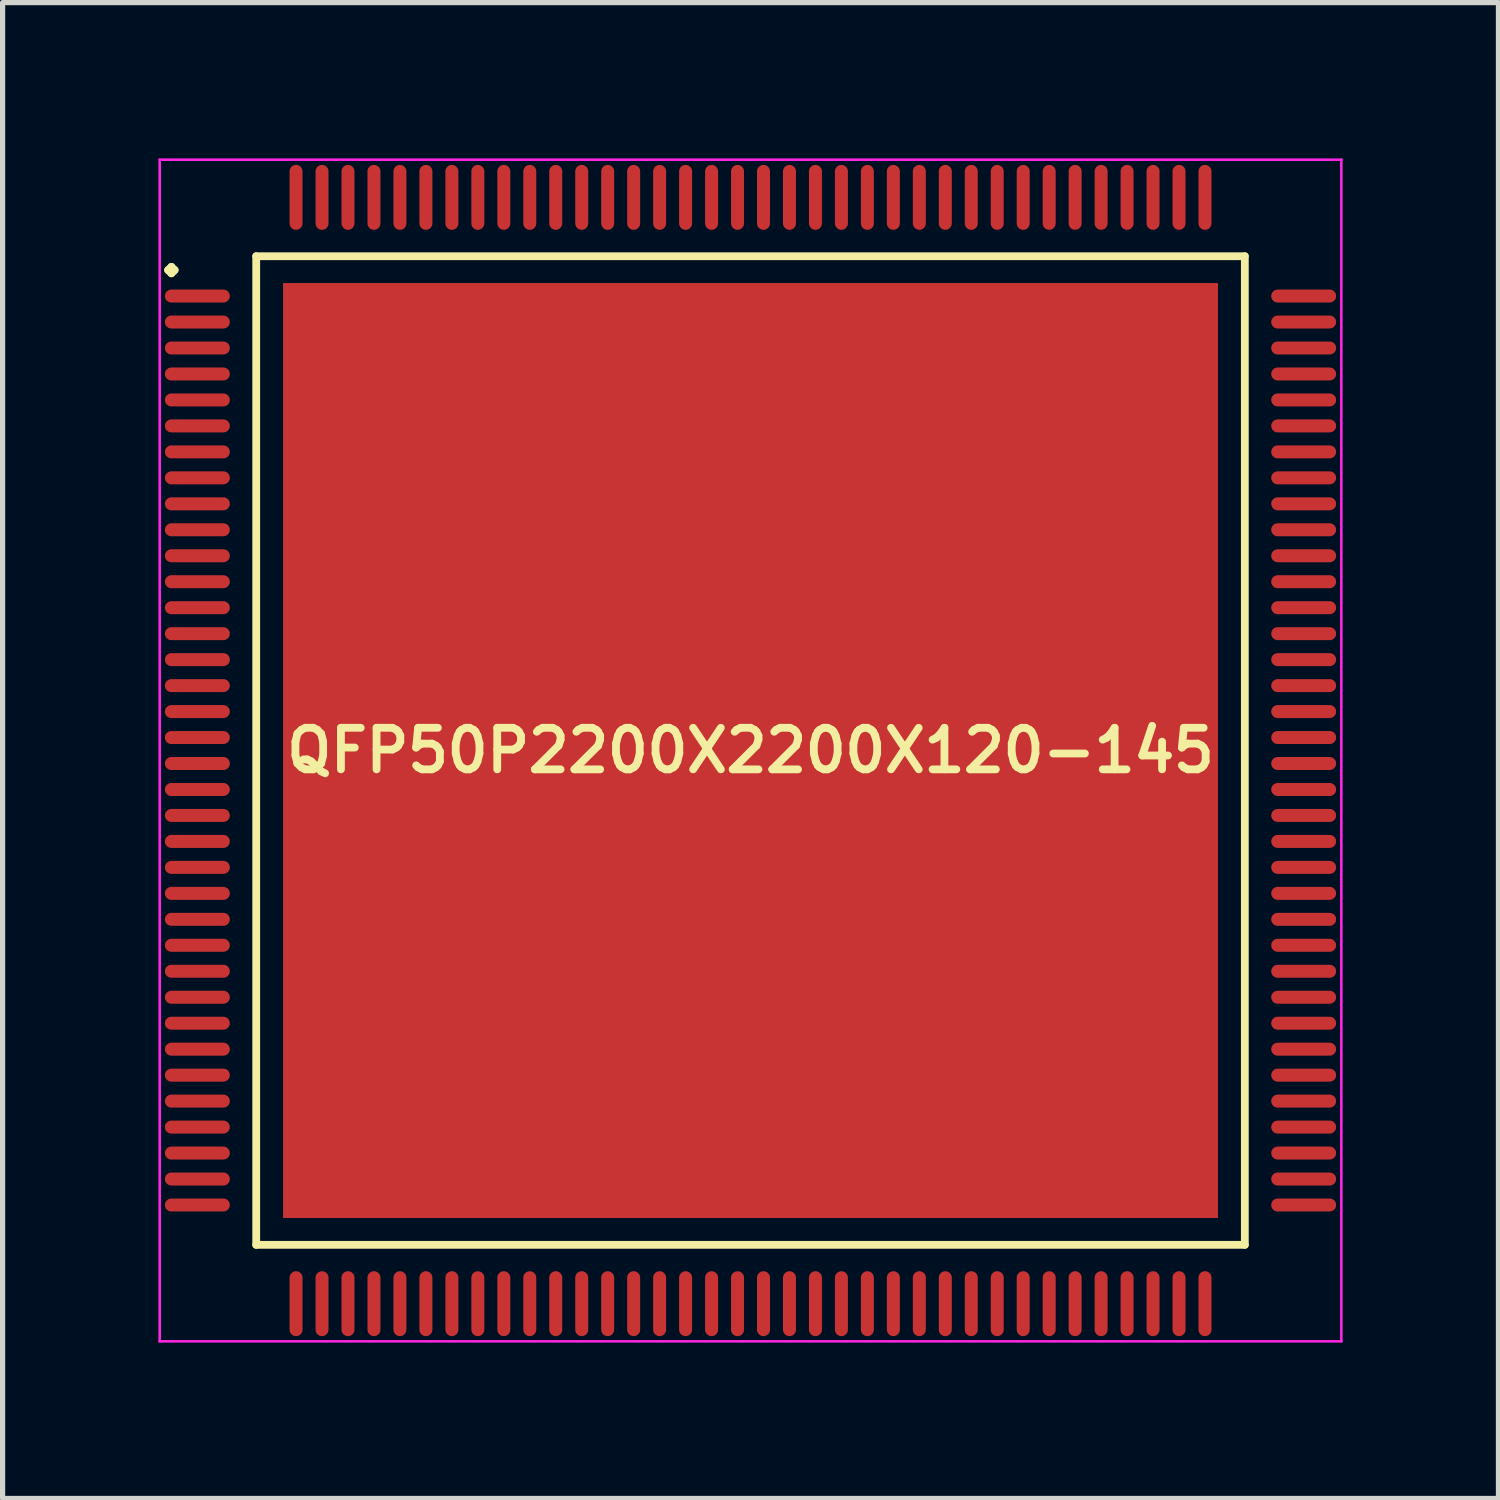
<source format=kicad_pcb>
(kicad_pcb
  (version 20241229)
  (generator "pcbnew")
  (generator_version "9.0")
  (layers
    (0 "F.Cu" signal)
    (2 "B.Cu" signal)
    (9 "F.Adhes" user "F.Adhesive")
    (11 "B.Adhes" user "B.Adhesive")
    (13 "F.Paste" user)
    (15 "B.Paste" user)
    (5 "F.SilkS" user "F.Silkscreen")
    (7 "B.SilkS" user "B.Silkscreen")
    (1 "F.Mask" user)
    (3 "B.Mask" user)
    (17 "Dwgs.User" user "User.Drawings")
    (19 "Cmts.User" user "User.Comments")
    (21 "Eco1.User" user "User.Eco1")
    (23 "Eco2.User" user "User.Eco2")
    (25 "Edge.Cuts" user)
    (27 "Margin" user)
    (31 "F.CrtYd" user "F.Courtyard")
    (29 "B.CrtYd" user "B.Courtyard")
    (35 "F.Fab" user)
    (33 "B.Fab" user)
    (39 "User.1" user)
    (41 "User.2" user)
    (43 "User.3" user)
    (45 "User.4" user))
  (footprint "QFP50P2200X2200X120-145"
    (layer "F.Cu")
    (at 11.4 11.4)
    (property "Reference" "QFP50P2200X2200X120-145" (at 0 0 0) (layer "F.SilkS") (effects (font (size 0.8 0.8) (thickness 0.15))))
    (attr smd)
    (fp_line (start -11.213 -9.25) (end -11.15 -9.312) (stroke (width 0.15) (type solid)) (layer "F.SilkS"))
    (fp_line (start -11.15 -9.312) (end -11.088 -9.25) (stroke (width 0.15) (type solid)) (layer "F.SilkS"))
    (fp_line (start -11.15 -9.188) (end -11.213 -9.25) (stroke (width 0.15) (type solid)) (layer "F.SilkS"))
    (fp_line (start -11.088 -9.25) (end -11.15 -9.188) (stroke (width 0.15) (type solid)) (layer "F.SilkS"))
    (fp_line (start -9.517 -9.517) (end -9.517 9.517) (stroke (width 0.15) (type solid)) (layer "F.SilkS"))
    (fp_line (start -9.517 9.517) (end 9.517 9.517) (stroke (width 0.15) (type solid)) (layer "F.SilkS"))
    (fp_line (start 9.517 -9.517) (end -9.517 -9.517) (stroke (width 0.15) (type solid)) (layer "F.SilkS"))
    (fp_line (start 9.517 9.517) (end 9.517 -9.517) (stroke (width 0.15) (type solid)) (layer "F.SilkS"))
    (fp_line (start -11.375 -11.375) (end 11.375 -11.375) (stroke (width 0.05) (type solid)) (layer "F.CrtYd"))
    (fp_line (start -11.375 11.375) (end -11.375 -11.375) (stroke (width 0.05) (type solid)) (layer "F.CrtYd"))
    (fp_line (start 11.375 -11.375) (end 11.375 11.375) (stroke (width 0.05) (type solid)) (layer "F.CrtYd"))
    (fp_line (start 11.375 11.375) (end -11.375 11.375) (stroke (width 0.05) (type solid)) (layer "F.CrtYd"))
    (pad "1" smd oval (at -10.65 -8.75) (size 1.25 0.25) (layers "F.Cu" "F.Mask" "F.Paste"))
    (pad "2" smd oval (at -10.65 -8.25) (size 1.25 0.25) (layers "F.Cu" "F.Mask" "F.Paste"))
    (pad "3" smd oval (at -10.65 -7.75) (size 1.25 0.25) (layers "F.Cu" "F.Mask" "F.Paste"))
    (pad "4" smd oval (at -10.65 -7.25) (size 1.25 0.25) (layers "F.Cu" "F.Mask" "F.Paste"))
    (pad "5" smd oval (at -10.65 -6.75) (size 1.25 0.25) (layers "F.Cu" "F.Mask" "F.Paste"))
    (pad "6" smd oval (at -10.65 -6.25) (size 1.25 0.25) (layers "F.Cu" "F.Mask" "F.Paste"))
    (pad "7" smd oval (at -10.65 -5.75) (size 1.25 0.25) (layers "F.Cu" "F.Mask" "F.Paste"))
    (pad "8" smd oval (at -10.65 -5.25) (size 1.25 0.25) (layers "F.Cu" "F.Mask" "F.Paste"))
    (pad "9" smd oval (at -10.65 -4.75) (size 1.25 0.25) (layers "F.Cu" "F.Mask" "F.Paste"))
    (pad "10" smd oval (at -10.65 -4.25) (size 1.25 0.25) (layers "F.Cu" "F.Mask" "F.Paste"))
    (pad "11" smd oval (at -10.65 -3.75) (size 1.25 0.25) (layers "F.Cu" "F.Mask" "F.Paste"))
    (pad "12" smd oval (at -10.65 -3.25) (size 1.25 0.25) (layers "F.Cu" "F.Mask" "F.Paste"))
    (pad "13" smd oval (at -10.65 -2.75) (size 1.25 0.25) (layers "F.Cu" "F.Mask" "F.Paste"))
    (pad "14" smd oval (at -10.65 -2.25) (size 1.25 0.25) (layers "F.Cu" "F.Mask" "F.Paste"))
    (pad "15" smd oval (at -10.65 -1.75) (size 1.25 0.25) (layers "F.Cu" "F.Mask" "F.Paste"))
    (pad "16" smd oval (at -10.65 -1.25) (size 1.25 0.25) (layers "F.Cu" "F.Mask" "F.Paste"))
    (pad "17" smd oval (at -10.65 -0.75) (size 1.25 0.25) (layers "F.Cu" "F.Mask" "F.Paste"))
    (pad "18" smd oval (at -10.65 -0.25) (size 1.25 0.25) (layers "F.Cu" "F.Mask" "F.Paste"))
    (pad "19" smd oval (at -10.65 0.25) (size 1.25 0.25) (layers "F.Cu" "F.Mask" "F.Paste"))
    (pad "20" smd oval (at -10.65 0.75) (size 1.25 0.25) (layers "F.Cu" "F.Mask" "F.Paste"))
    (pad "21" smd oval (at -10.65 1.25) (size 1.25 0.25) (layers "F.Cu" "F.Mask" "F.Paste"))
    (pad "22" smd oval (at -10.65 1.75) (size 1.25 0.25) (layers "F.Cu" "F.Mask" "F.Paste"))
    (pad "23" smd oval (at -10.65 2.25) (size 1.25 0.25) (layers "F.Cu" "F.Mask" "F.Paste"))
    (pad "24" smd oval (at -10.65 2.75) (size 1.25 0.25) (layers "F.Cu" "F.Mask" "F.Paste"))
    (pad "25" smd oval (at -10.65 3.25) (size 1.25 0.25) (layers "F.Cu" "F.Mask" "F.Paste"))
    (pad "26" smd oval (at -10.65 3.75) (size 1.25 0.25) (layers "F.Cu" "F.Mask" "F.Paste"))
    (pad "27" smd oval (at -10.65 4.25) (size 1.25 0.25) (layers "F.Cu" "F.Mask" "F.Paste"))
    (pad "28" smd oval (at -10.65 4.75) (size 1.25 0.25) (layers "F.Cu" "F.Mask" "F.Paste"))
    (pad "29" smd oval (at -10.65 5.25) (size 1.25 0.25) (layers "F.Cu" "F.Mask" "F.Paste"))
    (pad "30" smd oval (at -10.65 5.75) (size 1.25 0.25) (layers "F.Cu" "F.Mask" "F.Paste"))
    (pad "31" smd oval (at -10.65 6.25) (size 1.25 0.25) (layers "F.Cu" "F.Mask" "F.Paste"))
    (pad "32" smd oval (at -10.65 6.75) (size 1.25 0.25) (layers "F.Cu" "F.Mask" "F.Paste"))
    (pad "33" smd oval (at -10.65 7.25) (size 1.25 0.25) (layers "F.Cu" "F.Mask" "F.Paste"))
    (pad "34" smd oval (at -10.65 7.75) (size 1.25 0.25) (layers "F.Cu" "F.Mask" "F.Paste"))
    (pad "35" smd oval (at -10.65 8.25) (size 1.25 0.25) (layers "F.Cu" "F.Mask" "F.Paste"))
    (pad "36" smd oval (at -10.65 8.75) (size 1.25 0.25) (layers "F.Cu" "F.Mask" "F.Paste"))
    (pad "37" smd oval (at -8.75 10.65) (size 0.25 1.25) (layers "F.Cu" "F.Mask" "F.Paste"))
    (pad "38" smd oval (at -8.25 10.65) (size 0.25 1.25) (layers "F.Cu" "F.Mask" "F.Paste"))
    (pad "39" smd oval (at -7.75 10.65) (size 0.25 1.25) (layers "F.Cu" "F.Mask" "F.Paste"))
    (pad "40" smd oval (at -7.25 10.65) (size 0.25 1.25) (layers "F.Cu" "F.Mask" "F.Paste"))
    (pad "41" smd oval (at -6.75 10.65) (size 0.25 1.25) (layers "F.Cu" "F.Mask" "F.Paste"))
    (pad "42" smd oval (at -6.25 10.65) (size 0.25 1.25) (layers "F.Cu" "F.Mask" "F.Paste"))
    (pad "43" smd oval (at -5.75 10.65) (size 0.25 1.25) (layers "F.Cu" "F.Mask" "F.Paste"))
    (pad "44" smd oval (at -5.25 10.65) (size 0.25 1.25) (layers "F.Cu" "F.Mask" "F.Paste"))
    (pad "45" smd oval (at -4.75 10.65) (size 0.25 1.25) (layers "F.Cu" "F.Mask" "F.Paste"))
    (pad "46" smd oval (at -4.25 10.65) (size 0.25 1.25) (layers "F.Cu" "F.Mask" "F.Paste"))
    (pad "47" smd oval (at -3.75 10.65) (size 0.25 1.25) (layers "F.Cu" "F.Mask" "F.Paste"))
    (pad "48" smd oval (at -3.25 10.65) (size 0.25 1.25) (layers "F.Cu" "F.Mask" "F.Paste"))
    (pad "49" smd oval (at -2.75 10.65) (size 0.25 1.25) (layers "F.Cu" "F.Mask" "F.Paste"))
    (pad "50" smd oval (at -2.25 10.65) (size 0.25 1.25) (layers "F.Cu" "F.Mask" "F.Paste"))
    (pad "51" smd oval (at -1.75 10.65) (size 0.25 1.25) (layers "F.Cu" "F.Mask" "F.Paste"))
    (pad "52" smd oval (at -1.25 10.65) (size 0.25 1.25) (layers "F.Cu" "F.Mask" "F.Paste"))
    (pad "53" smd oval (at -0.75 10.65) (size 0.25 1.25) (layers "F.Cu" "F.Mask" "F.Paste"))
    (pad "54" smd oval (at -0.25 10.65) (size 0.25 1.25) (layers "F.Cu" "F.Mask" "F.Paste"))
    (pad "55" smd oval (at 0.25 10.65) (size 0.25 1.25) (layers "F.Cu" "F.Mask" "F.Paste"))
    (pad "56" smd oval (at 0.75 10.65) (size 0.25 1.25) (layers "F.Cu" "F.Mask" "F.Paste"))
    (pad "57" smd oval (at 1.25 10.65) (size 0.25 1.25) (layers "F.Cu" "F.Mask" "F.Paste"))
    (pad "58" smd oval (at 1.75 10.65) (size 0.25 1.25) (layers "F.Cu" "F.Mask" "F.Paste"))
    (pad "59" smd oval (at 2.25 10.65) (size 0.25 1.25) (layers "F.Cu" "F.Mask" "F.Paste"))
    (pad "60" smd oval (at 2.75 10.65) (size 0.25 1.25) (layers "F.Cu" "F.Mask" "F.Paste"))
    (pad "61" smd oval (at 3.25 10.65) (size 0.25 1.25) (layers "F.Cu" "F.Mask" "F.Paste"))
    (pad "62" smd oval (at 3.75 10.65) (size 0.25 1.25) (layers "F.Cu" "F.Mask" "F.Paste"))
    (pad "63" smd oval (at 4.25 10.65) (size 0.25 1.25) (layers "F.Cu" "F.Mask" "F.Paste"))
    (pad "64" smd oval (at 4.75 10.65) (size 0.25 1.25) (layers "F.Cu" "F.Mask" "F.Paste"))
    (pad "65" smd oval (at 5.25 10.65) (size 0.25 1.25) (layers "F.Cu" "F.Mask" "F.Paste"))
    (pad "66" smd oval (at 5.75 10.65) (size 0.25 1.25) (layers "F.Cu" "F.Mask" "F.Paste"))
    (pad "67" smd oval (at 6.25 10.65) (size 0.25 1.25) (layers "F.Cu" "F.Mask" "F.Paste"))
    (pad "68" smd oval (at 6.75 10.65) (size 0.25 1.25) (layers "F.Cu" "F.Mask" "F.Paste"))
    (pad "69" smd oval (at 7.25 10.65) (size 0.25 1.25) (layers "F.Cu" "F.Mask" "F.Paste"))
    (pad "70" smd oval (at 7.75 10.65) (size 0.25 1.25) (layers "F.Cu" "F.Mask" "F.Paste"))
    (pad "71" smd oval (at 8.25 10.65) (size 0.25 1.25) (layers "F.Cu" "F.Mask" "F.Paste"))
    (pad "72" smd oval (at 8.75 10.65) (size 0.25 1.25) (layers "F.Cu" "F.Mask" "F.Paste"))
    (pad "73" smd oval (at 10.65 8.75) (size 1.25 0.25) (layers "F.Cu" "F.Mask" "F.Paste"))
    (pad "74" smd oval (at 10.65 8.25) (size 1.25 0.25) (layers "F.Cu" "F.Mask" "F.Paste"))
    (pad "75" smd oval (at 10.65 7.75) (size 1.25 0.25) (layers "F.Cu" "F.Mask" "F.Paste"))
    (pad "76" smd oval (at 10.65 7.25) (size 1.25 0.25) (layers "F.Cu" "F.Mask" "F.Paste"))
    (pad "77" smd oval (at 10.65 6.75) (size 1.25 0.25) (layers "F.Cu" "F.Mask" "F.Paste"))
    (pad "78" smd oval (at 10.65 6.25) (size 1.25 0.25) (layers "F.Cu" "F.Mask" "F.Paste"))
    (pad "79" smd oval (at 10.65 5.75) (size 1.25 0.25) (layers "F.Cu" "F.Mask" "F.Paste"))
    (pad "80" smd oval (at 10.65 5.25) (size 1.25 0.25) (layers "F.Cu" "F.Mask" "F.Paste"))
    (pad "81" smd oval (at 10.65 4.75) (size 1.25 0.25) (layers "F.Cu" "F.Mask" "F.Paste"))
    (pad "82" smd oval (at 10.65 4.25) (size 1.25 0.25) (layers "F.Cu" "F.Mask" "F.Paste"))
    (pad "83" smd oval (at 10.65 3.75) (size 1.25 0.25) (layers "F.Cu" "F.Mask" "F.Paste"))
    (pad "84" smd oval (at 10.65 3.25) (size 1.25 0.25) (layers "F.Cu" "F.Mask" "F.Paste"))
    (pad "85" smd oval (at 10.65 2.75) (size 1.25 0.25) (layers "F.Cu" "F.Mask" "F.Paste"))
    (pad "86" smd oval (at 10.65 2.25) (size 1.25 0.25) (layers "F.Cu" "F.Mask" "F.Paste"))
    (pad "87" smd oval (at 10.65 1.75) (size 1.25 0.25) (layers "F.Cu" "F.Mask" "F.Paste"))
    (pad "88" smd oval (at 10.65 1.25) (size 1.25 0.25) (layers "F.Cu" "F.Mask" "F.Paste"))
    (pad "89" smd oval (at 10.65 0.75) (size 1.25 0.25) (layers "F.Cu" "F.Mask" "F.Paste"))
    (pad "90" smd oval (at 10.65 0.25) (size 1.25 0.25) (layers "F.Cu" "F.Mask" "F.Paste"))
    (pad "91" smd oval (at 10.65 -0.25) (size 1.25 0.25) (layers "F.Cu" "F.Mask" "F.Paste"))
    (pad "92" smd oval (at 10.65 -0.75) (size 1.25 0.25) (layers "F.Cu" "F.Mask" "F.Paste"))
    (pad "93" smd oval (at 10.65 -1.25) (size 1.25 0.25) (layers "F.Cu" "F.Mask" "F.Paste"))
    (pad "94" smd oval (at 10.65 -1.75) (size 1.25 0.25) (layers "F.Cu" "F.Mask" "F.Paste"))
    (pad "95" smd oval (at 10.65 -2.25) (size 1.25 0.25) (layers "F.Cu" "F.Mask" "F.Paste"))
    (pad "96" smd oval (at 10.65 -2.75) (size 1.25 0.25) (layers "F.Cu" "F.Mask" "F.Paste"))
    (pad "97" smd oval (at 10.65 -3.25) (size 1.25 0.25) (layers "F.Cu" "F.Mask" "F.Paste"))
    (pad "98" smd oval (at 10.65 -3.75) (size 1.25 0.25) (layers "F.Cu" "F.Mask" "F.Paste"))
    (pad "99" smd oval (at 10.65 -4.25) (size 1.25 0.25) (layers "F.Cu" "F.Mask" "F.Paste"))
    (pad "100" smd oval (at 10.65 -4.75) (size 1.25 0.25) (layers "F.Cu" "F.Mask" "F.Paste"))
    (pad "101" smd oval (at 10.65 -5.25) (size 1.25 0.25) (layers "F.Cu" "F.Mask" "F.Paste"))
    (pad "102" smd oval (at 10.65 -5.75) (size 1.25 0.25) (layers "F.Cu" "F.Mask" "F.Paste"))
    (pad "103" smd oval (at 10.65 -6.25) (size 1.25 0.25) (layers "F.Cu" "F.Mask" "F.Paste"))
    (pad "104" smd oval (at 10.65 -6.75) (size 1.25 0.25) (layers "F.Cu" "F.Mask" "F.Paste"))
    (pad "105" smd oval (at 10.65 -7.25) (size 1.25 0.25) (layers "F.Cu" "F.Mask" "F.Paste"))
    (pad "106" smd oval (at 10.65 -7.75) (size 1.25 0.25) (layers "F.Cu" "F.Mask" "F.Paste"))
    (pad "107" smd oval (at 10.65 -8.25) (size 1.25 0.25) (layers "F.Cu" "F.Mask" "F.Paste"))
    (pad "108" smd oval (at 10.65 -8.75) (size 1.25 0.25) (layers "F.Cu" "F.Mask" "F.Paste"))
    (pad "109" smd oval (at 8.75 -10.65) (size 0.25 1.25) (layers "F.Cu" "F.Mask" "F.Paste"))
    (pad "110" smd oval (at 8.25 -10.65) (size 0.25 1.25) (layers "F.Cu" "F.Mask" "F.Paste"))
    (pad "111" smd oval (at 7.75 -10.65) (size 0.25 1.25) (layers "F.Cu" "F.Mask" "F.Paste"))
    (pad "112" smd oval (at 7.25 -10.65) (size 0.25 1.25) (layers "F.Cu" "F.Mask" "F.Paste"))
    (pad "113" smd oval (at 6.75 -10.65) (size 0.25 1.25) (layers "F.Cu" "F.Mask" "F.Paste"))
    (pad "114" smd oval (at 6.25 -10.65) (size 0.25 1.25) (layers "F.Cu" "F.Mask" "F.Paste"))
    (pad "115" smd oval (at 5.75 -10.65) (size 0.25 1.25) (layers "F.Cu" "F.Mask" "F.Paste"))
    (pad "116" smd oval (at 5.25 -10.65) (size 0.25 1.25) (layers "F.Cu" "F.Mask" "F.Paste"))
    (pad "117" smd oval (at 4.75 -10.65) (size 0.25 1.25) (layers "F.Cu" "F.Mask" "F.Paste"))
    (pad "118" smd oval (at 4.25 -10.65) (size 0.25 1.25) (layers "F.Cu" "F.Mask" "F.Paste"))
    (pad "119" smd oval (at 3.75 -10.65) (size 0.25 1.25) (layers "F.Cu" "F.Mask" "F.Paste"))
    (pad "120" smd oval (at 3.25 -10.65) (size 0.25 1.25) (layers "F.Cu" "F.Mask" "F.Paste"))
    (pad "121" smd oval (at 2.75 -10.65) (size 0.25 1.25) (layers "F.Cu" "F.Mask" "F.Paste"))
    (pad "122" smd oval (at 2.25 -10.65) (size 0.25 1.25) (layers "F.Cu" "F.Mask" "F.Paste"))
    (pad "123" smd oval (at 1.75 -10.65) (size 0.25 1.25) (layers "F.Cu" "F.Mask" "F.Paste"))
    (pad "124" smd oval (at 1.25 -10.65) (size 0.25 1.25) (layers "F.Cu" "F.Mask" "F.Paste"))
    (pad "125" smd oval (at 0.75 -10.65) (size 0.25 1.25) (layers "F.Cu" "F.Mask" "F.Paste"))
    (pad "126" smd oval (at 0.25 -10.65) (size 0.25 1.25) (layers "F.Cu" "F.Mask" "F.Paste"))
    (pad "127" smd oval (at -0.25 -10.65) (size 0.25 1.25) (layers "F.Cu" "F.Mask" "F.Paste"))
    (pad "128" smd oval (at -0.75 -10.65) (size 0.25 1.25) (layers "F.Cu" "F.Mask" "F.Paste"))
    (pad "129" smd oval (at -1.25 -10.65) (size 0.25 1.25) (layers "F.Cu" "F.Mask" "F.Paste"))
    (pad "130" smd oval (at -1.75 -10.65) (size 0.25 1.25) (layers "F.Cu" "F.Mask" "F.Paste"))
    (pad "131" smd oval (at -2.25 -10.65) (size 0.25 1.25) (layers "F.Cu" "F.Mask" "F.Paste"))
    (pad "132" smd oval (at -2.75 -10.65) (size 0.25 1.25) (layers "F.Cu" "F.Mask" "F.Paste"))
    (pad "133" smd oval (at -3.25 -10.65) (size 0.25 1.25) (layers "F.Cu" "F.Mask" "F.Paste"))
    (pad "134" smd oval (at -3.75 -10.65) (size 0.25 1.25) (layers "F.Cu" "F.Mask" "F.Paste"))
    (pad "135" smd oval (at -4.25 -10.65) (size 0.25 1.25) (layers "F.Cu" "F.Mask" "F.Paste"))
    (pad "136" smd oval (at -4.75 -10.65) (size 0.25 1.25) (layers "F.Cu" "F.Mask" "F.Paste"))
    (pad "137" smd oval (at -5.25 -10.65) (size 0.25 1.25) (layers "F.Cu" "F.Mask" "F.Paste"))
    (pad "138" smd oval (at -5.75 -10.65) (size 0.25 1.25) (layers "F.Cu" "F.Mask" "F.Paste"))
    (pad "139" smd oval (at -6.25 -10.65) (size 0.25 1.25) (layers "F.Cu" "F.Mask" "F.Paste"))
    (pad "140" smd oval (at -6.75 -10.65) (size 0.25 1.25) (layers "F.Cu" "F.Mask" "F.Paste"))
    (pad "141" smd oval (at -7.25 -10.65) (size 0.25 1.25) (layers "F.Cu" "F.Mask" "F.Paste"))
    (pad "142" smd oval (at -7.75 -10.65) (size 0.25 1.25) (layers "F.Cu" "F.Mask" "F.Paste"))
    (pad "143" smd oval (at -8.25 -10.65) (size 0.25 1.25) (layers "F.Cu" "F.Mask" "F.Paste"))
    (pad "144" smd oval (at -8.75 -10.65) (size 0.25 1.25) (layers "F.Cu" "F.Mask" "F.Paste"))
    (pad "145" smd rect (at 0 0) (size 18 18) (layers "F.Cu" "F.Mask" "F.Paste")))
  (gr_rect
    (start -3 -3)
    (end 25.8 25.8)
    (stroke (width 0.1) (type default))
    (fill no)
    (layer "Edge.Cuts")))
</source>
